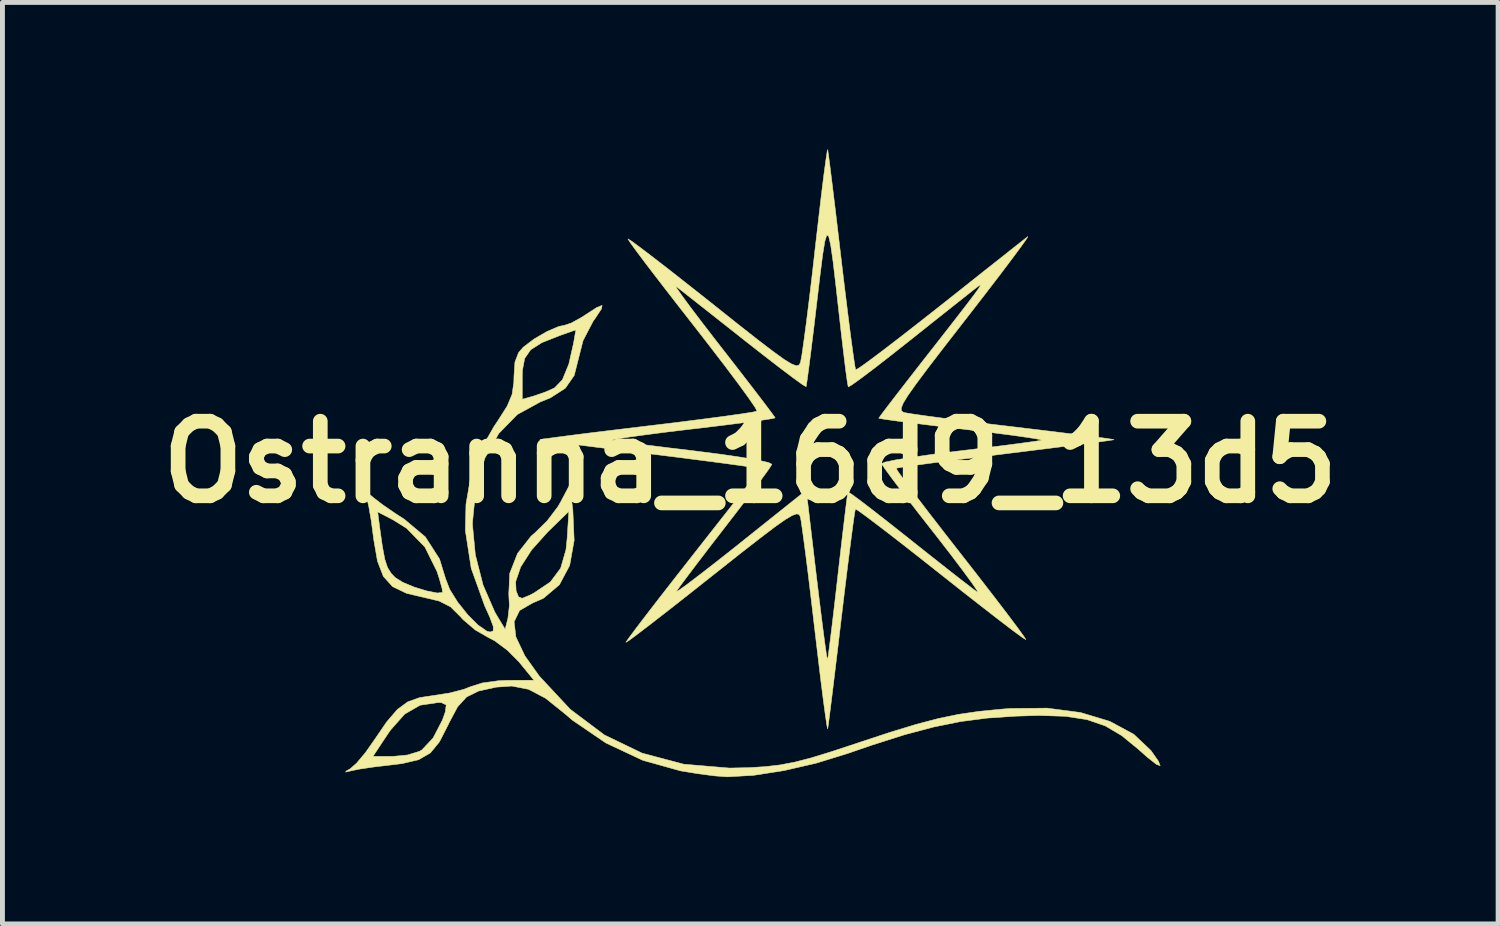
<source format=kicad_pcb>
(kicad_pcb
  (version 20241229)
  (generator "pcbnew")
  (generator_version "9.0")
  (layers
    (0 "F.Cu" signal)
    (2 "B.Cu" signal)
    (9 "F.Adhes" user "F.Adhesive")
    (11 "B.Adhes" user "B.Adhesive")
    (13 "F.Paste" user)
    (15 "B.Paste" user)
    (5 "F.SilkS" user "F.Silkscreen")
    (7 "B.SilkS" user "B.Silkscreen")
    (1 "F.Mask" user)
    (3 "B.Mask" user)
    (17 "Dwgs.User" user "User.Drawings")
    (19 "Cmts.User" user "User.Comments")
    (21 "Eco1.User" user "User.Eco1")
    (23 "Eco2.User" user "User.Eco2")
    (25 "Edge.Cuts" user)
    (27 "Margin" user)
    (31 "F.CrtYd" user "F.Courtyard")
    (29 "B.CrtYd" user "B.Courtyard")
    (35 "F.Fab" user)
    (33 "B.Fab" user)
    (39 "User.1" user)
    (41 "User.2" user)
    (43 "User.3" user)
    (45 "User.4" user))
  (footprint "Ostranna_16d9_13d5"
    (layer "F.Cu")
    (at 12.272 6.386)
    (property "Reference" "Ostranna_16d9_13d5" (at 0 0 0) (layer "F.SilkS") (effects (font (size 1.524 1.524) (thickness 0.3))))
    (attr exclude_from_pos_files exclude_from_bom)
    (fp_poly (pts (xy -3.039 -3.129) (xy -3.164 -2.939) (xy -3.206 -2.882) (xy -3.415 -2.481) (xy -3.503 -2.135) (xy -3.595 -1.77) (xy -3.777 -1.508) (xy -4.081 -1.312) (xy -4.292 -1.226) (xy -4.756 -0.972) (xy -5.136 -0.584) (xy -5.421 -0.077) (xy -5.603 0.53) (xy -5.672 1.223) (xy -5.673 1.282) (xy -5.615 1.892) (xy -5.457 2.511) (xy -5.218 3.061) (xy -5.169 3.145) (xy -5.006 3.415) (xy -4.949 3.188) (xy -4.92 2.935) (xy -4.932 2.689) (xy -4.92 2.444) (xy -4.792 2.444) (xy -4.782 2.631) (xy -4.732 2.754) (xy -4.658 2.782) (xy -4.507 2.72) (xy -4.42 2.675) (xy -4.083 2.449) (xy -3.873 2.168) (xy -3.764 1.79) (xy -3.74 1.559) (xy -3.705 1.007) (xy -4.142 1.433) (xy -4.467 1.796) (xy -4.689 2.142) (xy -4.792 2.444) (xy -4.92 2.444) (xy -4.913 2.275) (xy -4.753 1.866) (xy -4.476 1.513) (xy -4.398 1.446) (xy -4.15 1.203) (xy -3.932 0.916) (xy -3.876 0.821) (xy -3.689 0.466) (xy -3.624 0.974) (xy -3.597 1.599) (xy -3.688 2.111) (xy -3.898 2.506) (xy -4.224 2.782) (xy -4.449 2.88) (xy -4.711 3.031) (xy -4.823 3.262) (xy -4.787 3.571) (xy -4.603 3.958) (xy -4.308 4.372) (xy -3.677 5.049) (xy -2.979 5.573) (xy -2.208 5.945) (xy -1.358 6.17) (xy -0.425 6.249) (xy -0.036 6.241) (xy 0.306 6.22) (xy 0.607 6.185) (xy 0.908 6.128) (xy 1.248 6.04) (xy 1.667 5.911) (xy 2.206 5.733) (xy 2.208 5.732) (xy 2.857 5.518) (xy 3.388 5.356) (xy 3.842 5.237) (xy 4.259 5.151) (xy 4.678 5.09) (xy 5.141 5.045) (xy 5.311 5.032) (xy 6.06 5.025) (xy 6.745 5.115) (xy 7.342 5.295) (xy 7.83 5.558) (xy 8.181 5.89) (xy 8.334 6.107) (xy 8.371 6.201) (xy 8.295 6.174) (xy 8.106 6.026) (xy 7.925 5.865) (xy 7.586 5.587) (xy 7.249 5.388) (xy 6.877 5.26) (xy 6.436 5.192) (xy 5.89 5.175) (xy 5.428 5.189) (xy 4.845 5.228) (xy 4.298 5.299) (xy 3.747 5.41) (xy 3.149 5.569) (xy 2.464 5.787) (xy 1.989 5.951) (xy 1.347 6.149) (xy 0.687 6.301) (xy 0.063 6.398) (xy -0.468 6.428) (xy -0.493 6.427) (xy -0.736 6.408) (xy -1.071 6.364) (xy -1.422 6.307) (xy -2.195 6.091) (xy -2.949 5.737) (xy -3.63 5.273) (xy -3.787 5.139) (xy -4.18 4.824) (xy -4.528 4.641) (xy -4.87 4.574) (xy -5.191 4.597) (xy -5.548 4.676) (xy -5.793 4.797) (xy -5.977 4.998) (xy -6.148 5.319) (xy -6.17 5.366) (xy -6.348 5.714) (xy -6.534 5.941) (xy -6.774 6.079) (xy -7.111 6.158) (xy -7.366 6.189) (xy -7.689 6.227) (xy -7.972 6.269) (xy -8.128 6.3) (xy -8.265 6.331) (xy -8.249 6.308) (xy -8.17 6.264) (xy -8.039 6.148) (xy -7.924 6.011) (xy -7.706 6.011) (xy -7.301 6.011) (xy -7.001 5.982) (xy -6.758 5.908) (xy -6.707 5.879) (xy -6.477 5.635) (xy -6.286 5.266) (xy -6.228 5.101) (xy -6.21 4.959) (xy -6.309 4.913) (xy -6.374 4.911) (xy -6.744 4.966) (xy -7.058 5.147) (xy -7.347 5.473) (xy -7.401 5.551) (xy -7.706 6.011) (xy -7.924 6.011) (xy -7.86 5.935) (xy -7.684 5.684) (xy -7.426 5.307) (xy -7.209 5.054) (xy -6.996 4.897) (xy -6.752 4.81) (xy -6.466 4.767) (xy -6.143 4.717) (xy -5.85 4.641) (xy -5.715 4.588) (xy -5.472 4.511) (xy -5.138 4.465) (xy -4.939 4.457) (xy -4.417 4.456) (xy -4.722 4.083) (xy -4.958 3.845) (xy -5.22 3.65) (xy -5.352 3.581) (xy -5.618 3.428) (xy -5.872 3.211) (xy -5.921 3.155) (xy -6.122 2.956) (xy -6.355 2.838) (xy -6.616 2.776) (xy -7.022 2.68) (xy -7.306 2.543) (xy -7.494 2.334) (xy -7.614 2.022) (xy -7.691 1.576) (xy -7.699 1.513) (xy -7.743 1.182) (xy -7.772 1.018) (xy -7.609 1.018) (xy -7.568 1.335) (xy -7.513 1.724) (xy -7.464 1.985) (xy -7.407 2.156) (xy -7.332 2.275) (xy -7.251 2.359) (xy -7.095 2.457) (xy -6.86 2.554) (xy -6.606 2.632) (xy -6.392 2.674) (xy -6.284 2.663) (xy -6.294 2.582) (xy -6.348 2.389) (xy -6.398 2.234) (xy -6.645 1.736) (xy -7.018 1.353) (xy -7.297 1.179) (xy -7.609 1.018) (xy -7.772 1.018) (xy -7.792 0.901) (xy -7.834 0.726) (xy -7.836 0.72) (xy -7.873 0.61) (xy -7.838 0.609) (xy -7.705 0.719) (xy -7.697 0.726) (xy -7.51 0.87) (xy -7.247 1.051) (xy -7.065 1.168) (xy -6.636 1.528) (xy -6.346 1.98) (xy -6.223 2.38) (xy -6.138 2.601) (xy -5.976 2.86) (xy -5.772 3.116) (xy -5.561 3.328) (xy -5.379 3.454) (xy -5.31 3.471) (xy -5.249 3.447) (xy -5.25 3.355) (xy -5.32 3.166) (xy -5.423 2.939) (xy -5.699 2.171) (xy -5.819 1.396) (xy -5.806 0.862) (xy -5.709 0.298) (xy -5.528 -0.209) (xy -5.236 -0.723) (xy -5.151 -0.85) (xy -4.964 -1.144) (xy -4.865 -1.38) (xy -4.829 -1.626) (xy -4.826 -1.732) (xy -4.657 -1.732) (xy -4.657 -1.282) (xy -4.414 -1.351) (xy -4.171 -1.436) (xy -3.998 -1.514) (xy -3.837 -1.681) (xy -3.706 -2) (xy -3.609 -2.429) (xy -3.562 -2.7) (xy -3.892 -2.583) (xy -4.256 -2.439) (xy -4.484 -2.294) (xy -4.607 -2.117) (xy -4.653 -1.874) (xy -4.657 -1.732) (xy -4.826 -1.732) (xy -4.826 -1.746) (xy -4.806 -2.042) (xy -4.732 -2.236) (xy -4.636 -2.346) (xy -4.414 -2.514) (xy -4.152 -2.666) (xy -3.912 -2.769) (xy -3.792 -2.794) (xy -3.657 -2.839) (xy -3.452 -2.951) (xy -3.368 -3.006) (xy -3.134 -3.157) (xy -3.026 -3.2) (xy -3.039 -3.129)) (stroke (width 0.01) (type solid)) (fill yes) (layer "F.SilkS"))
    (fp_poly (pts (xy 1.596 -6.28) (xy 1.628 -6.034) (xy 1.674 -5.666) (xy 1.731 -5.199) (xy 1.796 -4.656) (xy 1.86 -4.112) (xy 1.931 -3.522) (xy 1.997 -2.989) (xy 2.055 -2.536) (xy 2.103 -2.186) (xy 2.136 -1.961) (xy 2.153 -1.883) (xy 2.226 -1.924) (xy 2.412 -2.057) (xy 2.695 -2.269) (xy 3.056 -2.546) (xy 3.477 -2.874) (xy 3.866 -3.18) (xy 4.331 -3.548) (xy 4.755 -3.885) (xy 5.121 -4.174) (xy 5.409 -4.402) (xy 5.598 -4.551) (xy 5.666 -4.605) (xy 5.648 -4.567) (xy 5.538 -4.411) (xy 5.347 -4.153) (xy 5.088 -3.81) (xy 4.772 -3.398) (xy 4.411 -2.932) (xy 4.37 -2.88) (xy 3.95 -2.339) (xy 3.626 -1.917) (xy 3.386 -1.596) (xy 3.222 -1.364) (xy 3.124 -1.205) (xy 3.083 -1.104) (xy 3.087 -1.046) (xy 3.128 -1.017) (xy 3.149 -1.01) (xy 3.286 -0.986) (xy 3.565 -0.946) (xy 3.96 -0.893) (xy 4.447 -0.832) (xy 4.998 -0.764) (xy 5.395 -0.717) (xy 5.961 -0.649) (xy 6.466 -0.587) (xy 6.887 -0.534) (xy 7.201 -0.493) (xy 7.386 -0.466) (xy 7.427 -0.456) (xy 7.342 -0.442) (xy 7.11 -0.41) (xy 6.755 -0.363) (xy 6.299 -0.305) (xy 5.763 -0.238) (xy 5.207 -0.169) (xy 4.617 -0.096) (xy 4.084 -0.029) (xy 3.631 0.03) (xy 3.281 0.078) (xy 3.056 0.111) (xy 2.978 0.127) (xy 3.02 0.198) (xy 3.154 0.384) (xy 3.366 0.668) (xy 3.643 1.03) (xy 3.971 1.454) (xy 4.301 1.877) (xy 4.663 2.341) (xy 4.987 2.76) (xy 5.259 3.116) (xy 5.465 3.391) (xy 5.592 3.567) (xy 5.628 3.626) (xy 5.558 3.583) (xy 5.373 3.448) (xy 5.092 3.234) (xy 4.732 2.955) (xy 4.31 2.625) (xy 3.889 2.292) (xy 3.427 1.927) (xy 3.009 1.6) (xy 2.655 1.327) (xy 2.381 1.12) (xy 2.206 0.993) (xy 2.147 0.958) (xy 2.13 1.046) (xy 2.097 1.279) (xy 2.05 1.637) (xy 1.992 2.095) (xy 1.926 2.632) (xy 1.86 3.181) (xy 1.79 3.773) (xy 1.725 4.311) (xy 1.669 4.77) (xy 1.624 5.129) (xy 1.594 5.363) (xy 1.581 5.449) (xy 1.566 5.389) (xy 1.535 5.183) (xy 1.49 4.851) (xy 1.435 4.415) (xy 1.373 3.897) (xy 1.316 3.417) (xy 1.247 2.829) (xy 1.182 2.289) (xy 1.123 1.822) (xy 1.074 1.454) (xy 1.039 1.209) (xy 1.023 1.122) (xy 0.998 1.072) (xy 0.949 1.058) (xy 0.859 1.089) (xy 0.713 1.175) (xy 0.498 1.327) (xy 0.198 1.555) (xy -0.203 1.867) (xy -0.718 2.275) (xy -0.784 2.327) (xy -1.25 2.696) (xy -1.67 3.026) (xy -2.026 3.302) (xy -2.301 3.513) (xy -2.478 3.644) (xy -2.54 3.682) (xy -2.49 3.607) (xy -2.35 3.418) (xy -2.136 3.137) (xy -1.863 2.783) (xy -1.546 2.376) (xy -1.426 2.223) (xy -1.078 1.779) (xy -0.749 1.36) (xy -0.46 0.992) (xy -0.231 0.7) (xy -0.082 0.509) (xy -0.062 0.483) (xy 0.078 0.291) (xy 0.154 0.16) (xy 0.158 0.13) (xy 0.069 0.112) (xy -0.166 0.076) (xy -0.524 0.027) (xy -0.983 -0.033) (xy -1.52 -0.102) (xy -2.074 -0.17) (xy -2.664 -0.243) (xy -3.196 -0.31) (xy -3.647 -0.367) (xy -3.995 -0.413) (xy -4.218 -0.444) (xy -4.249 -0.449) (xy -2.821 -0.449) (xy -2.82 -0.446) (xy -2.713 -0.428) (xy -2.465 -0.393) (xy -2.104 -0.346) (xy -1.658 -0.29) (xy -1.154 -0.23) (xy -1.134 -0.227) (xy -0.623 -0.162) (xy -0.186 -0.098) (xy 0.152 -0.04) (xy 0.37 0.009) (xy 0.442 0.045) (xy 0.385 0.135) (xy 0.24 0.336) (xy 0.024 0.625) (xy -0.245 0.978) (xy -0.532 1.35) (xy -0.836 1.743) (xy -1.103 2.093) (xy -1.316 2.375) (xy -1.458 2.567) (xy -1.512 2.646) (xy -1.458 2.618) (xy -1.292 2.499) (xy -1.032 2.301) (xy -0.697 2.041) (xy -0.306 1.733) (xy -0.199 1.647) (xy 1.143 0.575) (xy 1.349 2.318) (xy 1.412 2.837) (xy 1.469 3.293) (xy 1.517 3.661) (xy 1.553 3.916) (xy 1.573 4.035) (xy 1.576 4.04) (xy 1.592 3.953) (xy 1.622 3.724) (xy 1.665 3.378) (xy 1.717 2.939) (xy 1.775 2.435) (xy 1.787 2.327) (xy 1.846 1.812) (xy 1.899 1.358) (xy 1.943 0.99) (xy 1.975 0.733) (xy 1.993 0.615) (xy 1.995 0.61) (xy 2.063 0.652) (xy 2.243 0.784) (xy 2.513 0.991) (xy 2.853 1.257) (xy 3.244 1.566) (xy 3.271 1.588) (xy 3.672 1.906) (xy 4.033 2.191) (xy 4.33 2.423) (xy 4.541 2.585) (xy 4.643 2.66) (xy 4.644 2.66) (xy 4.629 2.619) (xy 4.523 2.464) (xy 4.339 2.213) (xy 4.091 1.885) (xy 3.792 1.499) (xy 3.725 1.414) (xy 3.407 1.007) (xy 3.128 0.644) (xy 2.903 0.347) (xy 2.749 0.137) (xy 2.681 0.035) (xy 2.68 0.031) (xy 2.755 0.000213) (xy 2.974 -0.045) (xy 3.31 -0.099) (xy 3.737 -0.16) (xy 4.23 -0.223) (xy 4.267 -0.227) (xy 4.772 -0.288) (xy 5.221 -0.344) (xy 5.585 -0.392) (xy 5.838 -0.427) (xy 5.952 -0.446) (xy 5.953 -0.446) (xy 5.899 -0.464) (xy 5.701 -0.497) (xy 5.381 -0.543) (xy 4.963 -0.597) (xy 4.47 -0.657) (xy 4.331 -0.674) (xy 3.816 -0.735) (xy 3.363 -0.791) (xy 2.998 -0.838) (xy 2.745 -0.873) (xy 2.629 -0.893) (xy 2.625 -0.896) (xy 2.674 -0.967) (xy 2.81 -1.147) (xy 3.016 -1.415) (xy 3.273 -1.746) (xy 3.441 -1.962) (xy 3.852 -2.487) (xy 4.168 -2.892) (xy 4.4 -3.192) (xy 4.558 -3.4) (xy 4.654 -3.531) (xy 4.697 -3.599) (xy 4.697 -3.616) (xy 4.666 -3.598) (xy 4.655 -3.59) (xy 4.551 -3.51) (xy 4.339 -3.342) (xy 4.04 -3.105) (xy 3.678 -2.818) (xy 3.278 -2.499) (xy 2.886 -2.19) (xy 2.542 -1.922) (xy 2.265 -1.713) (xy 2.078 -1.579) (xy 2.001 -1.534) (xy 2.001 -1.534) (xy 1.983 -1.625) (xy 1.951 -1.855) (xy 1.909 -2.196) (xy 1.859 -2.618) (xy 1.825 -2.921) (xy 1.75 -3.589) (xy 1.691 -4.091) (xy 1.642 -4.432) (xy 1.601 -4.612) (xy 1.562 -4.636) (xy 1.522 -4.506) (xy 1.477 -4.226) (xy 1.423 -3.798) (xy 1.359 -3.26) (xy 1.298 -2.744) (xy 1.242 -2.29) (xy 1.195 -1.921) (xy 1.16 -1.664) (xy 1.141 -1.544) (xy 1.139 -1.539) (xy 1.069 -1.58) (xy 0.887 -1.711) (xy 0.615 -1.916) (xy 0.273 -2.18) (xy -0.119 -2.487) (xy -0.14 -2.504) (xy -0.543 -2.822) (xy -0.905 -3.108) (xy -1.204 -3.343) (xy -1.416 -3.51) (xy -1.518 -3.59) (xy -1.505 -3.555) (xy -1.401 -3.406) (xy -1.219 -3.158) (xy -0.971 -2.832) (xy -0.672 -2.444) (xy -0.566 -2.308) (xy -0.243 -1.893) (xy 0.04 -1.526) (xy 0.269 -1.227) (xy 0.429 -1.014) (xy 0.504 -0.91) (xy 0.508 -0.902) (xy 0.428 -0.884) (xy 0.205 -0.85) (xy -0.137 -0.804) (xy -0.571 -0.749) (xy -1.074 -0.688) (xy -1.199 -0.674) (xy -1.707 -0.613) (xy -2.147 -0.556) (xy -2.495 -0.508) (xy -2.728 -0.471) (xy -2.821 -0.449) (xy -4.249 -0.449) (xy -4.294 -0.457) (xy -4.219 -0.471) (xy -3.997 -0.502) (xy -3.651 -0.547) (xy -3.201 -0.604) (xy -2.671 -0.668) (xy -2.11 -0.736) (xy -1.518 -0.807) (xy -0.983 -0.875) (xy -0.527 -0.935) (xy -0.173 -0.985) (xy 0.056 -1.021) (xy 0.138 -1.041) (xy 0.099 -1.116) (xy -0.031 -1.306) (xy -0.24 -1.593) (xy -0.514 -1.958) (xy -0.841 -2.384) (xy -1.17 -2.807) (xy -1.533 -3.272) (xy -1.857 -3.691) (xy -2.129 -4.046) (xy -2.335 -4.321) (xy -2.462 -4.497) (xy -2.497 -4.557) (xy -2.427 -4.513) (xy -2.243 -4.378) (xy -1.961 -4.163) (xy -1.601 -3.884) (xy -1.179 -3.552) (xy -0.752 -3.214) (xy -0.231 -2.799) (xy 0.174 -2.481) (xy 0.479 -2.249) (xy 0.697 -2.092) (xy 0.845 -2.002) (xy 0.938 -1.967) (xy 0.991 -1.978) (xy 1.021 -2.024) (xy 1.027 -2.044) (xy 1.053 -2.181) (xy 1.093 -2.461) (xy 1.146 -2.859) (xy 1.207 -3.348) (xy 1.273 -3.904) (xy 1.323 -4.349) (xy 1.389 -4.919) (xy 1.448 -5.425) (xy 1.5 -5.845) (xy 1.542 -6.158) (xy 1.57 -6.342) (xy 1.581 -6.381) (xy 1.596 -6.28)) (stroke (width 0.01) (type solid)) (fill yes) (layer "F.SilkS")))
  (gr_rect
    (start -3 -3)
    (end 27.544 15.818)
    (stroke (width 0.1) (type default))
    (fill no)
    (layer "Edge.Cuts")))
</source>
